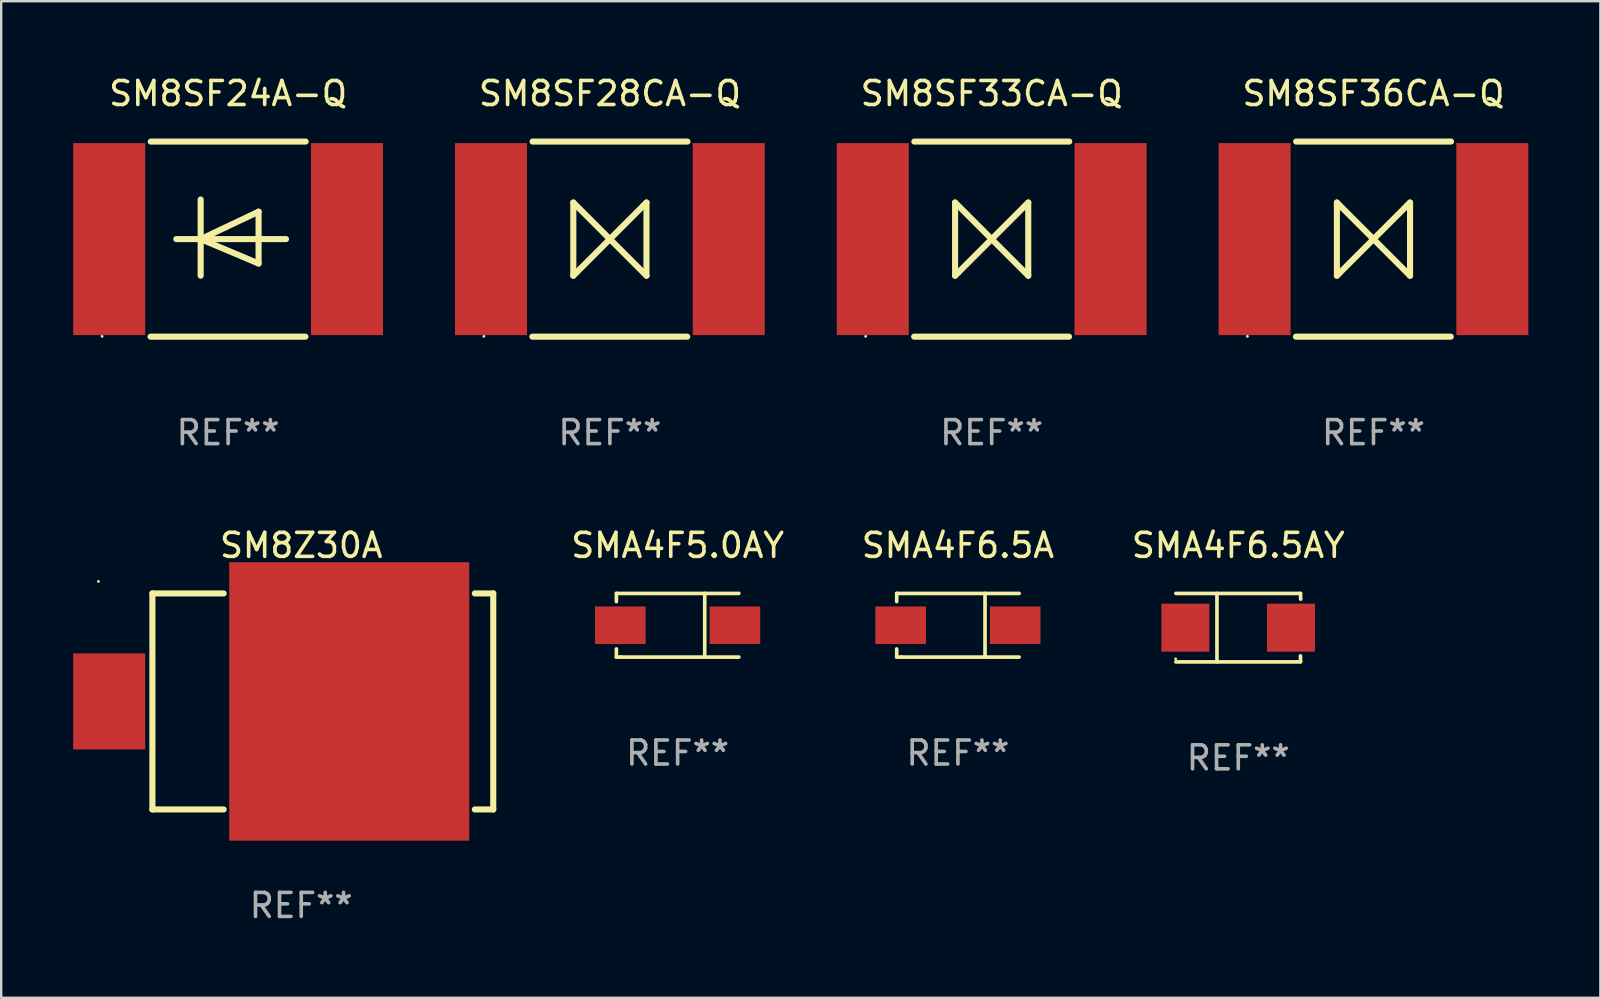
<source format=kicad_pcb>
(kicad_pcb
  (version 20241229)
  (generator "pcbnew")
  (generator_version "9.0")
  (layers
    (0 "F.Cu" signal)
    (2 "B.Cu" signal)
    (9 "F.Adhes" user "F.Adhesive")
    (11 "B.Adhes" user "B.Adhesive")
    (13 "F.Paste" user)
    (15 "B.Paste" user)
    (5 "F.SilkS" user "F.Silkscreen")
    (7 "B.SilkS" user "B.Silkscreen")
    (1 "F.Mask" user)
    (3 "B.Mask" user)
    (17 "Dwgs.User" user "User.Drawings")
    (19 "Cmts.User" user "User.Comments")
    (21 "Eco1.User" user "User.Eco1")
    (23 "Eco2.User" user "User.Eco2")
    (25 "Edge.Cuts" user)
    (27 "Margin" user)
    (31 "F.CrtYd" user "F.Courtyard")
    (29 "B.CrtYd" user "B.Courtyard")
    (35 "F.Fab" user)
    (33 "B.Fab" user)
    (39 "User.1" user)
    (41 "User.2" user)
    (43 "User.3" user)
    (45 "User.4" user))
  (footprint "SM8Z30A"
    (layer "F.Cu")
    (at 9.5 26.173)
    (property "Reference" "SM8Z30A" (at 0 -6.5 0) (layer "F.SilkS") (effects (font (size 1 1) (thickness 0.15))))
    (attr through_hole)
    (fp_line (start -6.2 -4.5) (end -6.2 4.5) (stroke (width 0.254) (type solid)) (layer "F.SilkS"))
    (fp_line (start -6.2 -4.5) (end -3.231 -4.5) (stroke (width 0.254) (type solid)) (layer "F.SilkS"))
    (fp_line (start -6.2 4.5) (end -3.231 4.5) (stroke (width 0.254) (type solid)) (layer "F.SilkS"))
    (fp_line (start 7.231 -4.5) (end 8 -4.5) (stroke (width 0.254) (type solid)) (layer "F.SilkS"))
    (fp_line (start 7.231 4.5) (end 8 4.5) (stroke (width 0.254) (type solid)) (layer "F.SilkS"))
    (fp_line (start 8 -4.5) (end 8 4.5) (stroke (width 0.254) (type solid)) (layer "F.SilkS"))
    (fp_circle (center -8.45 -5) (end -8.42 -5) (stroke (width 0.06) (type solid)) (fill no) (layer "F.SilkS"))
    (fp_text user "REF**" (at 0 8.5 0) (layer "F.Fab") (effects (font (size 1 1) (thickness 0.15))))
    (pad "1" smd rect (at -8 -0.000076 180) (size 3 4) (layers "F.Cu" "F.Mask" "F.Paste"))
    (pad "2" smd rect (at 2 -0.000076 180) (size 10 11.6) (layers "F.Cu" "F.Mask" "F.Paste")))
  (footprint "SM8SF24A-Q"
    (layer "F.Cu")
    (at 6.453 6.912)
    (property "Reference" "SM8SF24A-Q" (at 0 -6.064 0) (layer "F.SilkS") (effects (font (size 1 1) (thickness 0.15))))
    (attr through_hole)
    (fp_line (start -3.231 4.064) (end 3.222 4.064) (stroke (width 0.254) (type solid)) (layer "F.SilkS"))
    (fp_line (start -3.222 -4.064) (end 3.231 -4.064) (stroke (width 0.254) (type solid)) (layer "F.SilkS"))
    (fp_line (start -2.159 0) (end 2.413 0) (stroke (width 0.254) (type solid)) (layer "F.SilkS"))
    (fp_line (start -1.143 -1.651) (end -1.143 1.524) (stroke (width 0.254) (type solid)) (layer "F.SilkS"))
    (fp_line (start -1.143 0) (end 1.27 1.016) (stroke (width 0.254) (type solid)) (layer "F.SilkS"))
    (fp_line (start 1.27 -1.143) (end -1.143 0) (stroke (width 0.254) (type solid)) (layer "F.SilkS"))
    (fp_line (start 1.27 1.016) (end 1.27 -1.143) (stroke (width 0.254) (type solid)) (layer "F.SilkS"))
    (fp_circle (center -5.25 4.05) (end -5.22 4.05) (stroke (width 0.06) (type solid)) (fill no) (layer "F.SilkS"))
    (fp_text user "REF**" (at 0 8.064 0) (layer "F.Fab") (effects (font (size 1 1) (thickness 0.15))))
    (pad "1" smd rect (at -4.953 0) (size 3 8) (layers "F.Cu" "F.Mask" "F.Paste"))
    (pad "2" smd rect (at 4.953 0) (size 3 8) (layers "F.Cu" "F.Mask" "F.Paste")))
  (footprint "SMA4F5.0AY"
    (layer "F.Cu")
    (at 25.181 22.999)
    (property "Reference" "SMA4F5.0AY" (at 0 -3.326 0) (layer "F.SilkS") (effects (font (size 1 1) (thickness 0.15))))
    (attr through_hole)
    (fp_line (start -2.551 -1.326) (end -2.551 -0.986) (stroke (width 0.152) (type solid)) (layer "F.SilkS"))
    (fp_line (start -2.551 1.326) (end -2.551 0.986) (stroke (width 0.152) (type solid)) (layer "F.SilkS"))
    (fp_line (start 1.129 1.326) (end 1.129 -1.326) (stroke (width 0.152) (type solid)) (layer "F.SilkS"))
    (fp_line (start 2.551 -1.326) (end -2.551 -1.326) (stroke (width 0.152) (type solid)) (layer "F.SilkS"))
    (fp_line (start 2.551 1.326) (end -2.551 1.326) (stroke (width 0.152) (type solid)) (layer "F.SilkS"))
    (fp_circle (center -2.35 1.3) (end -2.32 1.3) (stroke (width 0.06) (type solid)) (fill no) (layer "F.SilkS"))
    (fp_text user "REF**" (at 0 5.326 0) (layer "F.Fab") (effects (font (size 1 1) (thickness 0.15))))
    (pad "1" smd rect (at -2.386 0) (size 2.107 1.566) (layers "F.Cu" "F.Mask" "F.Paste"))
    (pad "2" smd rect (at 2.386 0) (size 2.107 1.566) (layers "F.Cu" "F.Mask" "F.Paste")))
  (footprint "SM8SF36CA-Q"
    (layer "F.Cu")
    (at 54.171 6.912)
    (property "Reference" "SM8SF36CA-Q" (at 0 -6.064 0) (layer "F.SilkS") (effects (font (size 1 1) (thickness 0.15))))
    (attr through_hole)
    (fp_line (start -3.231 4.064) (end 3.222 4.064) (stroke (width 0.254) (type solid)) (layer "F.SilkS"))
    (fp_line (start -3.222 -4.064) (end 3.231 -4.064) (stroke (width 0.254) (type solid)) (layer "F.SilkS"))
    (fp_line (start -1.524 -1.524) (end -1.524 1.524) (stroke (width 0.254) (type solid)) (layer "F.SilkS"))
    (fp_line (start -1.524 1.524) (end -1.397 1.397) (stroke (width 0.254) (type solid)) (layer "F.SilkS"))
    (fp_line (start -1.397 1.397) (end 0 0) (stroke (width 0.254) (type solid)) (layer "F.SilkS"))
    (fp_line (start 0 0) (end -1.524 -1.524) (stroke (width 0.254) (type solid)) (layer "F.SilkS"))
    (fp_line (start 0 0) (end 1.524 1.524) (stroke (width 0.254) (type solid)) (layer "F.SilkS"))
    (fp_line (start 1.397 -1.397) (end 0 0) (stroke (width 0.254) (type solid)) (layer "F.SilkS"))
    (fp_line (start 1.524 -1.524) (end 1.397 -1.397) (stroke (width 0.254) (type solid)) (layer "F.SilkS"))
    (fp_line (start 1.524 1.524) (end 1.524 -1.524) (stroke (width 0.254) (type solid)) (layer "F.SilkS"))
    (fp_circle (center -5.25 4.05) (end -5.22 4.05) (stroke (width 0.06) (type solid)) (fill no) (layer "F.SilkS"))
    (fp_text user "REF**" (at 0 8.064 0) (layer "F.Fab") (effects (font (size 1 1) (thickness 0.15))))
    (pad "1" smd rect (at -4.953 0) (size 3 8) (layers "F.Cu" "F.Mask" "F.Paste"))
    (pad "2" smd rect (at 4.953 0) (size 3 8) (layers "F.Cu" "F.Mask" "F.Paste")))
  (footprint "SM8SF28CA-Q"
    (layer "F.Cu")
    (at 22.359 6.912)
    (property "Reference" "SM8SF28CA-Q" (at 0 -6.064 0) (layer "F.SilkS") (effects (font (size 1 1) (thickness 0.15))))
    (attr through_hole)
    (fp_line (start -3.231 4.064) (end 3.222 4.064) (stroke (width 0.254) (type solid)) (layer "F.SilkS"))
    (fp_line (start -3.222 -4.064) (end 3.231 -4.064) (stroke (width 0.254) (type solid)) (layer "F.SilkS"))
    (fp_line (start -1.524 -1.524) (end -1.524 1.524) (stroke (width 0.254) (type solid)) (layer "F.SilkS"))
    (fp_line (start -1.524 1.524) (end -1.397 1.397) (stroke (width 0.254) (type solid)) (layer "F.SilkS"))
    (fp_line (start -1.397 1.397) (end 0 0) (stroke (width 0.254) (type solid)) (layer "F.SilkS"))
    (fp_line (start 0 0) (end -1.524 -1.524) (stroke (width 0.254) (type solid)) (layer "F.SilkS"))
    (fp_line (start 0 0) (end 1.524 1.524) (stroke (width 0.254) (type solid)) (layer "F.SilkS"))
    (fp_line (start 1.397 -1.397) (end 0 0) (stroke (width 0.254) (type solid)) (layer "F.SilkS"))
    (fp_line (start 1.524 -1.524) (end 1.397 -1.397) (stroke (width 0.254) (type solid)) (layer "F.SilkS"))
    (fp_line (start 1.524 1.524) (end 1.524 -1.524) (stroke (width 0.254) (type solid)) (layer "F.SilkS"))
    (fp_circle (center -5.25 4.05) (end -5.22 4.05) (stroke (width 0.06) (type solid)) (fill no) (layer "F.SilkS"))
    (fp_text user "REF**" (at 0 8.064 0) (layer "F.Fab") (effects (font (size 1 1) (thickness 0.15))))
    (pad "1" smd rect (at -4.953 0) (size 3 8) (layers "F.Cu" "F.Mask" "F.Paste"))
    (pad "2" smd rect (at 4.953 0) (size 3 8) (layers "F.Cu" "F.Mask" "F.Paste")))
  (footprint "SM8SF33CA-Q"
    (layer "F.Cu")
    (at 38.265 6.912)
    (property "Reference" "SM8SF33CA-Q" (at 0 -6.064 0) (layer "F.SilkS") (effects (font (size 1 1) (thickness 0.15))))
    (attr through_hole)
    (fp_line (start -3.231 4.064) (end 3.222 4.064) (stroke (width 0.254) (type solid)) (layer "F.SilkS"))
    (fp_line (start -3.222 -4.064) (end 3.231 -4.064) (stroke (width 0.254) (type solid)) (layer "F.SilkS"))
    (fp_line (start -1.524 -1.524) (end -1.524 1.524) (stroke (width 0.254) (type solid)) (layer "F.SilkS"))
    (fp_line (start -1.524 1.524) (end -1.397 1.397) (stroke (width 0.254) (type solid)) (layer "F.SilkS"))
    (fp_line (start -1.397 1.397) (end 0 0) (stroke (width 0.254) (type solid)) (layer "F.SilkS"))
    (fp_line (start 0 0) (end -1.524 -1.524) (stroke (width 0.254) (type solid)) (layer "F.SilkS"))
    (fp_line (start 0 0) (end 1.524 1.524) (stroke (width 0.254) (type solid)) (layer "F.SilkS"))
    (fp_line (start 1.397 -1.397) (end 0 0) (stroke (width 0.254) (type solid)) (layer "F.SilkS"))
    (fp_line (start 1.524 -1.524) (end 1.397 -1.397) (stroke (width 0.254) (type solid)) (layer "F.SilkS"))
    (fp_line (start 1.524 1.524) (end 1.524 -1.524) (stroke (width 0.254) (type solid)) (layer "F.SilkS"))
    (fp_circle (center -5.25 4.05) (end -5.22 4.05) (stroke (width 0.06) (type solid)) (fill no) (layer "F.SilkS"))
    (fp_text user "REF**" (at 0 8.064 0) (layer "F.Fab") (effects (font (size 1 1) (thickness 0.15))))
    (pad "1" smd rect (at -4.953 0) (size 3 8) (layers "F.Cu" "F.Mask" "F.Paste"))
    (pad "2" smd rect (at 4.953 0) (size 3 8) (layers "F.Cu" "F.Mask" "F.Paste")))
  (footprint "SMA4F6.5A"
    (layer "F.Cu")
    (at 36.859 22.999)
    (property "Reference" "SMA4F6.5A" (at 0 -3.326 0) (layer "F.SilkS") (effects (font (size 1 1) (thickness 0.15))))
    (attr through_hole)
    (fp_line (start -2.551 -1.326) (end -2.551 -0.986) (stroke (width 0.152) (type solid)) (layer "F.SilkS"))
    (fp_line (start -2.551 1.326) (end -2.551 0.986) (stroke (width 0.152) (type solid)) (layer "F.SilkS"))
    (fp_line (start 1.129 1.326) (end 1.129 -1.326) (stroke (width 0.152) (type solid)) (layer "F.SilkS"))
    (fp_line (start 2.551 -1.326) (end -2.551 -1.326) (stroke (width 0.152) (type solid)) (layer "F.SilkS"))
    (fp_line (start 2.551 1.326) (end -2.551 1.326) (stroke (width 0.152) (type solid)) (layer "F.SilkS"))
    (fp_circle (center -2.35 1.3) (end -2.32 1.3) (stroke (width 0.06) (type solid)) (fill no) (layer "F.SilkS"))
    (fp_text user "REF**" (at 0 5.326 0) (layer "F.Fab") (effects (font (size 1 1) (thickness 0.15))))
    (pad "1" smd rect (at -2.386 0) (size 2.107 1.566) (layers "F.Cu" "F.Mask" "F.Paste"))
    (pad "2" smd rect (at 2.386 0) (size 2.107 1.566) (layers "F.Cu" "F.Mask" "F.Paste")))
  (footprint "SMA4F6.5AY"
    (layer "F.Cu")
    (at 48.538 23.099)
    (property "Reference" "SMA4F6.5AY" (at 0 -3.426 0) (layer "F.SilkS") (effects (font (size 1 1) (thickness 0.15))))
    (attr through_hole)
    (fp_line (start -2.6 -1.426) (end 2.593 -1.426) (stroke (width 0.152) (type solid)) (layer "F.SilkS"))
    (fp_line (start -2.6 1.426) (end 2.593 1.426) (stroke (width 0.152) (type solid)) (layer "F.SilkS"))
    (fp_line (start -0.887 -1.426) (end -0.887 1.426) (stroke (width 0.152) (type solid)) (layer "F.SilkS"))
    (fp_line (start 2.59 1.176) (end 2.597 1.415) (stroke (width 0.152) (type solid)) (layer "F.SilkS"))
    (fp_line (start 2.593 -1.426) (end 2.6 -1.187) (stroke (width 0.152) (type solid)) (layer "F.SilkS"))
    (fp_circle (center -2.608 1.3) (end -2.578 1.3) (stroke (width 0.06) (type solid)) (fill no) (layer "F.SilkS"))
    (fp_text user "REF**" (at 0 5.426 0) (layer "F.Fab") (effects (font (size 1 1) (thickness 0.15))))
    (pad "1" smd rect (at -2.203 0 180) (size 2 2) (layers "F.Cu" "F.Mask" "F.Paste"))
    (pad "2" smd rect (at 2.197 0 180) (size 2 2) (layers "F.Cu" "F.Mask" "F.Paste")))
  (gr_rect
    (start -3 -3)
    (end 63.624 38.521)
    (stroke (width 0.1) (type default))
    (fill no)
    (layer "Edge.Cuts")))
</source>
